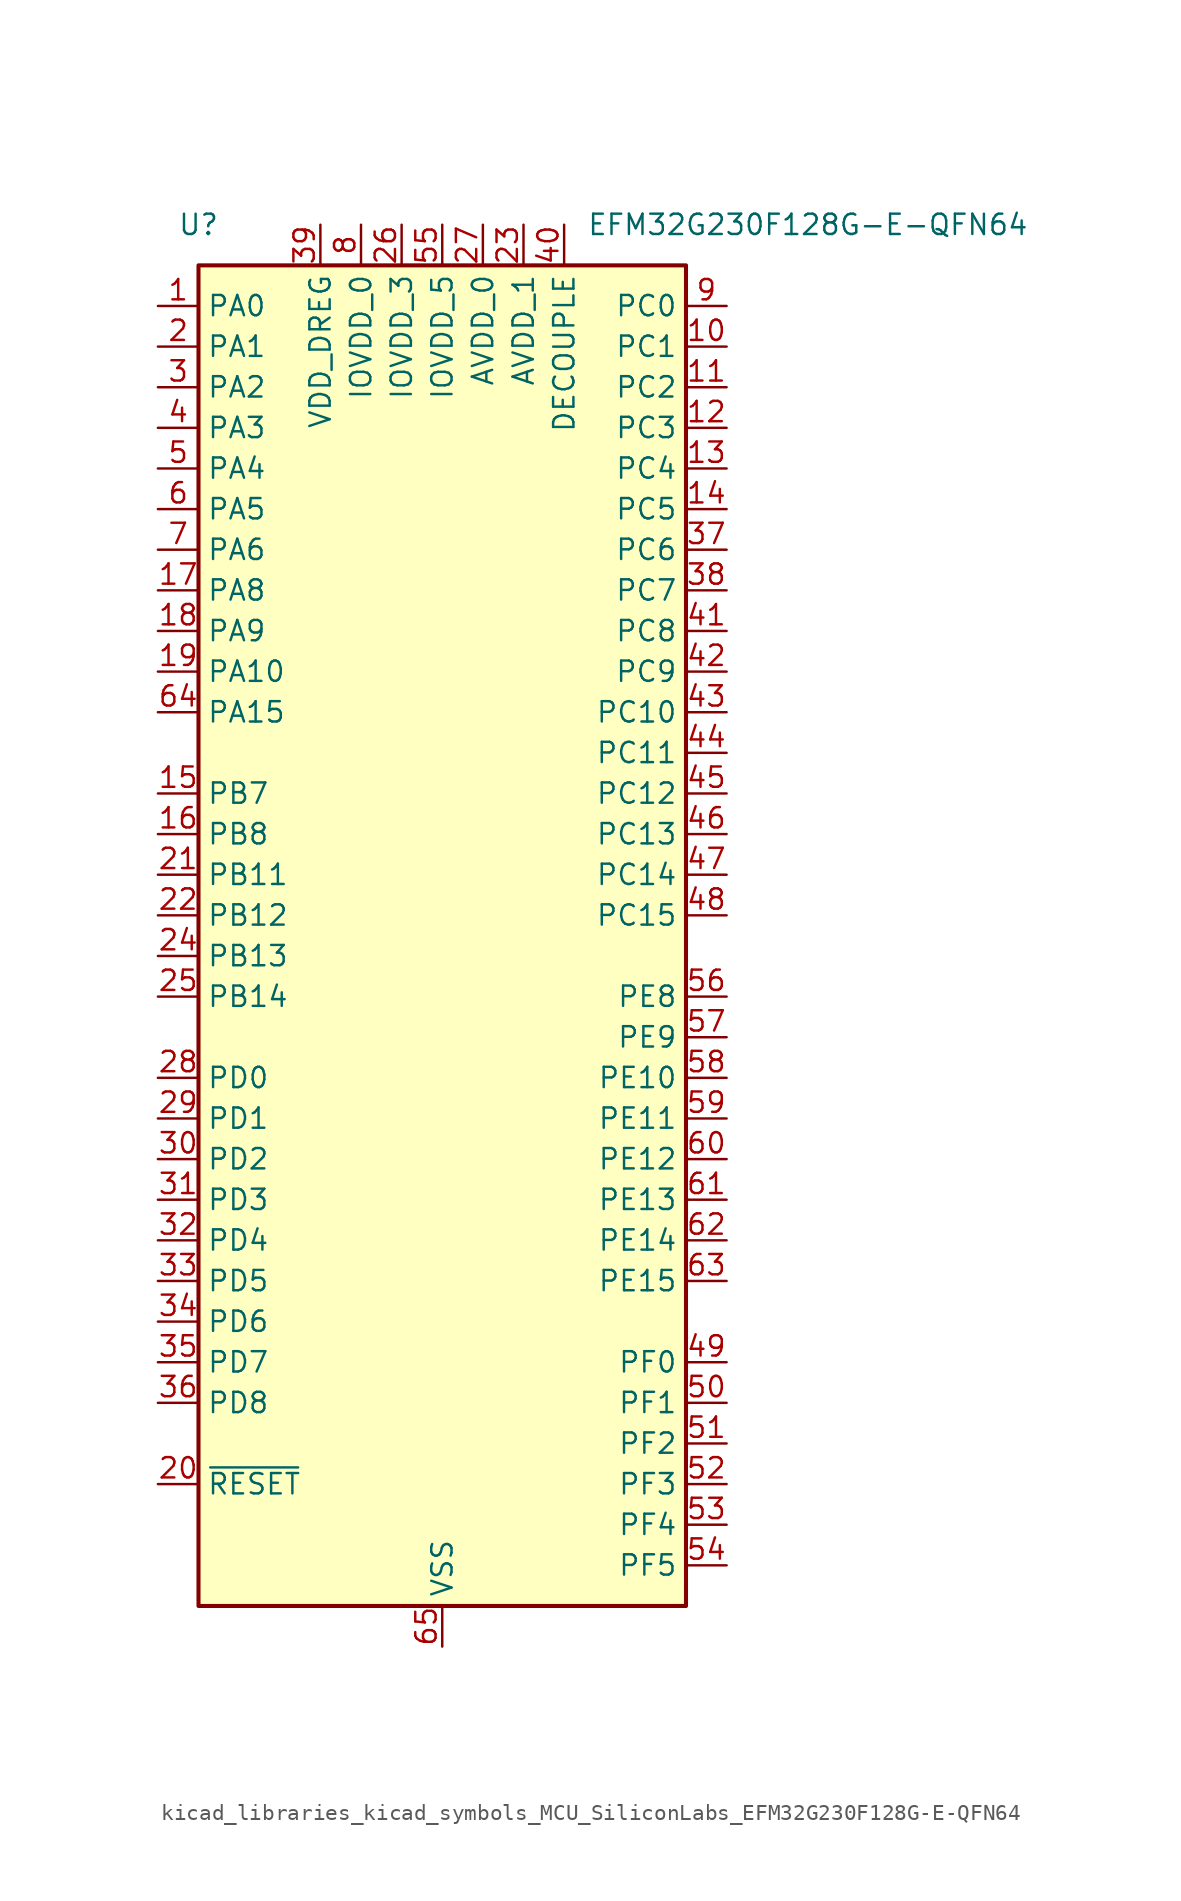
<source format=kicad_sym>
(kicad_symbol_lib
  (version 20220914)
  (generator kicad_symbol_editor)
  (symbol "kicad_libraries_kicad_symbols_MCU_SiliconLabs_EFM32G230F128G-E-QFN64"
    (property "Reference" "U"
      (at -15.24 43.18 0)
      (effects (font (size 1.27 1.27))))
    (property "Value" "EFM32G230F128G-E-QFN64"
      (at 22.86 43.18 0)
      (effects (font (size 1.27 1.27))))
    (symbol "kicad_libraries_kicad_symbols_MCU_SiliconLabs_EFM32G230F128G-E-QFN64_0_1"
      (rectangle (start -15.24 40.64) (end 15.24 -43.18) (stroke (width 0.254) (type default)) (fill (type background))))
    (symbol "kicad_libraries_kicad_symbols_MCU_SiliconLabs_EFM32G230F128G-E-QFN64_1_1"
      (pin bidirectional line (at -17.78 38.1 0) (length 2.54) (name "PA0" (effects (font (size 1.27 1.27)))) (number "1" (effects (font (size 1.27 1.27)))))
      (pin bidirectional line (at 17.78 35.56 180) (length 2.54) (name "PC1" (effects (font (size 1.27 1.27)))) (number "10" (effects (font (size 1.27 1.27)))))
      (pin bidirectional line (at 17.78 33.02 180) (length 2.54) (name "PC2" (effects (font (size 1.27 1.27)))) (number "11" (effects (font (size 1.27 1.27)))))
      (pin bidirectional line (at 17.78 30.48 180) (length 2.54) (name "PC3" (effects (font (size 1.27 1.27)))) (number "12" (effects (font (size 1.27 1.27)))))
      (pin bidirectional line (at 17.78 27.94 180) (length 2.54) (name "PC4" (effects (font (size 1.27 1.27)))) (number "13" (effects (font (size 1.27 1.27)))))
      (pin bidirectional line (at 17.78 25.4 180) (length 2.54) (name "PC5" (effects (font (size 1.27 1.27)))) (number "14" (effects (font (size 1.27 1.27)))))
      (pin bidirectional line (at -17.78 7.62 0) (length 2.54) (name "PB7" (effects (font (size 1.27 1.27)))) (number "15" (effects (font (size 1.27 1.27)))))
      (pin bidirectional line (at -17.78 5.08 0) (length 2.54) (name "PB8" (effects (font (size 1.27 1.27)))) (number "16" (effects (font (size 1.27 1.27)))))
      (pin bidirectional line (at -17.78 20.32 0) (length 2.54) (name "PA8" (effects (font (size 1.27 1.27)))) (number "17" (effects (font (size 1.27 1.27)))))
      (pin bidirectional line (at -17.78 17.78 0) (length 2.54) (name "PA9" (effects (font (size 1.27 1.27)))) (number "18" (effects (font (size 1.27 1.27)))))
      (pin bidirectional line (at -17.78 15.24 0) (length 2.54) (name "PA10" (effects (font (size 1.27 1.27)))) (number "19" (effects (font (size 1.27 1.27)))))
      (pin bidirectional line (at -17.78 35.56 0) (length 2.54) (name "PA1" (effects (font (size 1.27 1.27)))) (number "2" (effects (font (size 1.27 1.27)))))
      (pin input line (at -17.78 -35.56 0) (length 2.54) (name "~{RESET}" (effects (font (size 1.27 1.27)))) (number "20" (effects (font (size 1.27 1.27)))))
      (pin bidirectional line (at -17.78 2.54 0) (length 2.54) (name "PB11" (effects (font (size 1.27 1.27)))) (number "21" (effects (font (size 1.27 1.27)))))
      (pin bidirectional line (at -17.78 0 0) (length 2.54) (name "PB12" (effects (font (size 1.27 1.27)))) (number "22" (effects (font (size 1.27 1.27)))))
      (pin power_in line (at 5.08 43.18 270) (length 2.54) (name "AVDD_1" (effects (font (size 1.27 1.27)))) (number "23" (effects (font (size 1.27 1.27)))))
      (pin bidirectional line (at -17.78 -2.54 0) (length 2.54) (name "PB13" (effects (font (size 1.27 1.27)))) (number "24" (effects (font (size 1.27 1.27)))))
      (pin bidirectional line (at -17.78 -5.08 0) (length 2.54) (name "PB14" (effects (font (size 1.27 1.27)))) (number "25" (effects (font (size 1.27 1.27)))))
      (pin power_in line (at -2.54 43.18 270) (length 2.54) (name "IOVDD_3" (effects (font (size 1.27 1.27)))) (number "26" (effects (font (size 1.27 1.27)))))
      (pin power_in line (at 2.54 43.18 270) (length 2.54) (name "AVDD_0" (effects (font (size 1.27 1.27)))) (number "27" (effects (font (size 1.27 1.27)))))
      (pin bidirectional line (at -17.78 -10.16 0) (length 2.54) (name "PD0" (effects (font (size 1.27 1.27)))) (number "28" (effects (font (size 1.27 1.27)))))
      (pin bidirectional line (at -17.78 -12.7 0) (length 2.54) (name "PD1" (effects (font (size 1.27 1.27)))) (number "29" (effects (font (size 1.27 1.27)))))
      (pin bidirectional line (at -17.78 33.02 0) (length 2.54) (name "PA2" (effects (font (size 1.27 1.27)))) (number "3" (effects (font (size 1.27 1.27)))))
      (pin bidirectional line (at -17.78 -15.24 0) (length 2.54) (name "PD2" (effects (font (size 1.27 1.27)))) (number "30" (effects (font (size 1.27 1.27)))))
      (pin bidirectional line (at -17.78 -17.78 0) (length 2.54) (name "PD3" (effects (font (size 1.27 1.27)))) (number "31" (effects (font (size 1.27 1.27)))))
      (pin bidirectional line (at -17.78 -20.32 0) (length 2.54) (name "PD4" (effects (font (size 1.27 1.27)))) (number "32" (effects (font (size 1.27 1.27)))))
      (pin bidirectional line (at -17.78 -22.86 0) (length 2.54) (name "PD5" (effects (font (size 1.27 1.27)))) (number "33" (effects (font (size 1.27 1.27)))))
      (pin bidirectional line (at -17.78 -25.4 0) (length 2.54) (name "PD6" (effects (font (size 1.27 1.27)))) (number "34" (effects (font (size 1.27 1.27)))))
      (pin bidirectional line (at -17.78 -27.94 0) (length 2.54) (name "PD7" (effects (font (size 1.27 1.27)))) (number "35" (effects (font (size 1.27 1.27)))))
      (pin bidirectional line (at -17.78 -30.48 0) (length 2.54) (name "PD8" (effects (font (size 1.27 1.27)))) (number "36" (effects (font (size 1.27 1.27)))))
      (pin bidirectional line (at 17.78 22.86 180) (length 2.54) (name "PC6" (effects (font (size 1.27 1.27)))) (number "37" (effects (font (size 1.27 1.27)))))
      (pin bidirectional line (at 17.78 20.32 180) (length 2.54) (name "PC7" (effects (font (size 1.27 1.27)))) (number "38" (effects (font (size 1.27 1.27)))))
      (pin power_in line (at -7.62 43.18 270) (length 2.54) (name "VDD_DREG" (effects (font (size 1.27 1.27)))) (number "39" (effects (font (size 1.27 1.27)))))
      (pin bidirectional line (at -17.78 30.48 0) (length 2.54) (name "PA3" (effects (font (size 1.27 1.27)))) (number "4" (effects (font (size 1.27 1.27)))))
      (pin passive line (at 7.62 43.18 270) (length 2.54) (name "DECOUPLE" (effects (font (size 1.27 1.27)))) (number "40" (effects (font (size 1.27 1.27)))))
      (pin bidirectional line (at 17.78 17.78 180) (length 2.54) (name "PC8" (effects (font (size 1.27 1.27)))) (number "41" (effects (font (size 1.27 1.27)))))
      (pin bidirectional line (at 17.78 15.24 180) (length 2.54) (name "PC9" (effects (font (size 1.27 1.27)))) (number "42" (effects (font (size 1.27 1.27)))))
      (pin bidirectional line (at 17.78 12.7 180) (length 2.54) (name "PC10" (effects (font (size 1.27 1.27)))) (number "43" (effects (font (size 1.27 1.27)))))
      (pin bidirectional line (at 17.78 10.16 180) (length 2.54) (name "PC11" (effects (font (size 1.27 1.27)))) (number "44" (effects (font (size 1.27 1.27)))))
      (pin bidirectional line (at 17.78 7.62 180) (length 2.54) (name "PC12" (effects (font (size 1.27 1.27)))) (number "45" (effects (font (size 1.27 1.27)))))
      (pin bidirectional line (at 17.78 5.08 180) (length 2.54) (name "PC13" (effects (font (size 1.27 1.27)))) (number "46" (effects (font (size 1.27 1.27)))))
      (pin bidirectional line (at 17.78 2.54 180) (length 2.54) (name "PC14" (effects (font (size 1.27 1.27)))) (number "47" (effects (font (size 1.27 1.27)))))
      (pin bidirectional line (at 17.78 0 180) (length 2.54) (name "PC15" (effects (font (size 1.27 1.27)))) (number "48" (effects (font (size 1.27 1.27)))))
      (pin bidirectional line (at 17.78 -27.94 180) (length 2.54) (name "PF0" (effects (font (size 1.27 1.27)))) (number "49" (effects (font (size 1.27 1.27)))))
      (pin bidirectional line (at -17.78 27.94 0) (length 2.54) (name "PA4" (effects (font (size 1.27 1.27)))) (number "5" (effects (font (size 1.27 1.27)))))
      (pin bidirectional line (at 17.78 -30.48 180) (length 2.54) (name "PF1" (effects (font (size 1.27 1.27)))) (number "50" (effects (font (size 1.27 1.27)))))
      (pin bidirectional line (at 17.78 -33.02 180) (length 2.54) (name "PF2" (effects (font (size 1.27 1.27)))) (number "51" (effects (font (size 1.27 1.27)))))
      (pin bidirectional line (at 17.78 -35.56 180) (length 2.54) (name "PF3" (effects (font (size 1.27 1.27)))) (number "52" (effects (font (size 1.27 1.27)))))
      (pin bidirectional line (at 17.78 -38.1 180) (length 2.54) (name "PF4" (effects (font (size 1.27 1.27)))) (number "53" (effects (font (size 1.27 1.27)))))
      (pin bidirectional line (at 17.78 -40.64 180) (length 2.54) (name "PF5" (effects (font (size 1.27 1.27)))) (number "54" (effects (font (size 1.27 1.27)))))
      (pin power_in line (at 0 43.18 270) (length 2.54) (name "IOVDD_5" (effects (font (size 1.27 1.27)))) (number "55" (effects (font (size 1.27 1.27)))))
      (pin bidirectional line (at 17.78 -5.08 180) (length 2.54) (name "PE8" (effects (font (size 1.27 1.27)))) (number "56" (effects (font (size 1.27 1.27)))))
      (pin bidirectional line (at 17.78 -7.62 180) (length 2.54) (name "PE9" (effects (font (size 1.27 1.27)))) (number "57" (effects (font (size 1.27 1.27)))))
      (pin bidirectional line (at 17.78 -10.16 180) (length 2.54) (name "PE10" (effects (font (size 1.27 1.27)))) (number "58" (effects (font (size 1.27 1.27)))))
      (pin bidirectional line (at 17.78 -12.7 180) (length 2.54) (name "PE11" (effects (font (size 1.27 1.27)))) (number "59" (effects (font (size 1.27 1.27)))))
      (pin bidirectional line (at -17.78 25.4 0) (length 2.54) (name "PA5" (effects (font (size 1.27 1.27)))) (number "6" (effects (font (size 1.27 1.27)))))
      (pin bidirectional line (at 17.78 -15.24 180) (length 2.54) (name "PE12" (effects (font (size 1.27 1.27)))) (number "60" (effects (font (size 1.27 1.27)))))
      (pin bidirectional line (at 17.78 -17.78 180) (length 2.54) (name "PE13" (effects (font (size 1.27 1.27)))) (number "61" (effects (font (size 1.27 1.27)))))
      (pin bidirectional line (at 17.78 -20.32 180) (length 2.54) (name "PE14" (effects (font (size 1.27 1.27)))) (number "62" (effects (font (size 1.27 1.27)))))
      (pin bidirectional line (at 17.78 -22.86 180) (length 2.54) (name "PE15" (effects (font (size 1.27 1.27)))) (number "63" (effects (font (size 1.27 1.27)))))
      (pin bidirectional line (at -17.78 12.7 0) (length 2.54) (name "PA15" (effects (font (size 1.27 1.27)))) (number "64" (effects (font (size 1.27 1.27)))))
      (pin power_in line (at 0 -45.72 90) (length 2.54) (name "VSS" (effects (font (size 1.27 1.27)))) (number "65" (effects (font (size 1.27 1.27)))))
      (pin bidirectional line (at -17.78 22.86 0) (length 2.54) (name "PA6" (effects (font (size 1.27 1.27)))) (number "7" (effects (font (size 1.27 1.27)))))
      (pin power_in line (at -5.08 43.18 270) (length 2.54) (name "IOVDD_0" (effects (font (size 1.27 1.27)))) (number "8" (effects (font (size 1.27 1.27)))))
      (pin bidirectional line (at 17.78 38.1 180) (length 2.54) (name "PC0" (effects (font (size 1.27 1.27)))) (number "9" (effects (font (size 1.27 1.27))))))))
</source>
